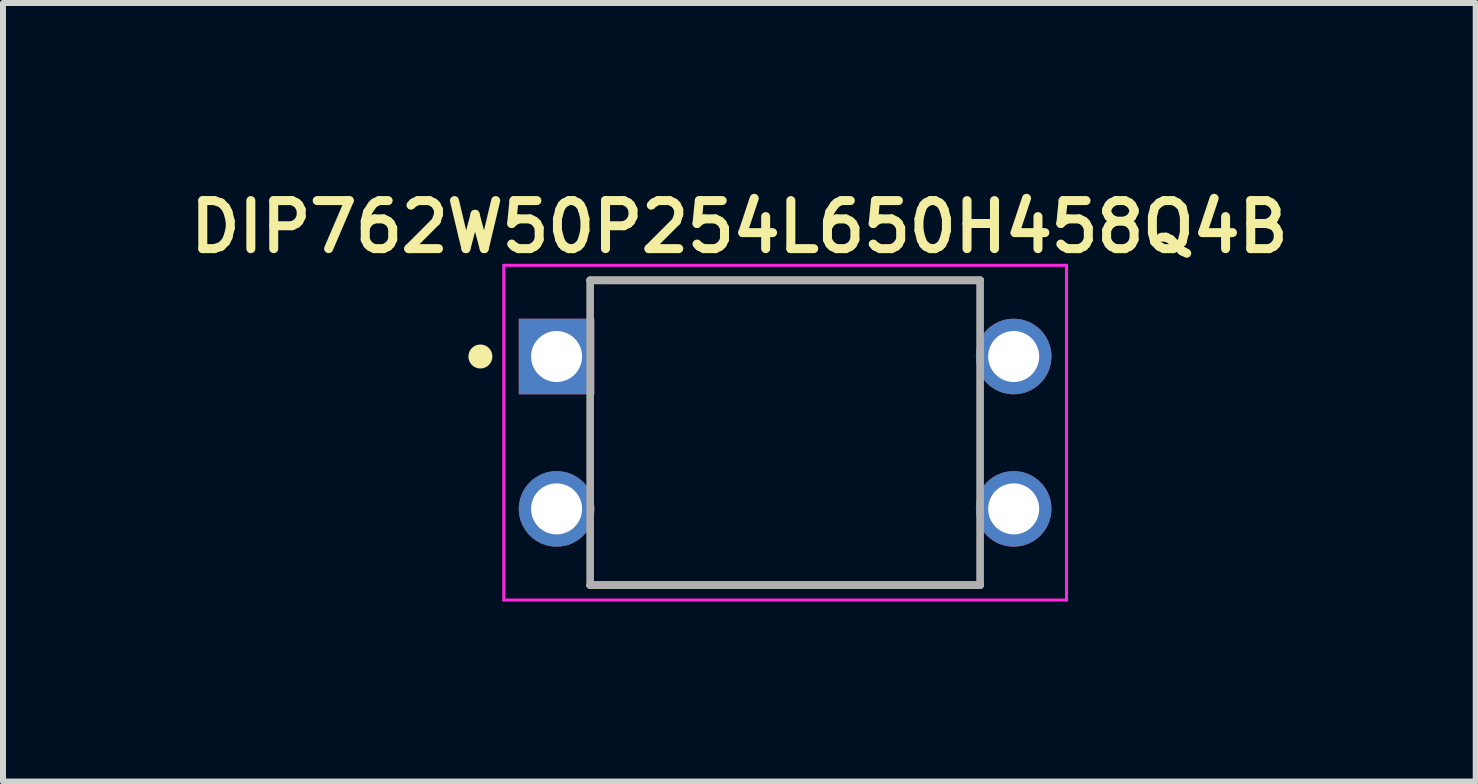
<source format=kicad_pcb>
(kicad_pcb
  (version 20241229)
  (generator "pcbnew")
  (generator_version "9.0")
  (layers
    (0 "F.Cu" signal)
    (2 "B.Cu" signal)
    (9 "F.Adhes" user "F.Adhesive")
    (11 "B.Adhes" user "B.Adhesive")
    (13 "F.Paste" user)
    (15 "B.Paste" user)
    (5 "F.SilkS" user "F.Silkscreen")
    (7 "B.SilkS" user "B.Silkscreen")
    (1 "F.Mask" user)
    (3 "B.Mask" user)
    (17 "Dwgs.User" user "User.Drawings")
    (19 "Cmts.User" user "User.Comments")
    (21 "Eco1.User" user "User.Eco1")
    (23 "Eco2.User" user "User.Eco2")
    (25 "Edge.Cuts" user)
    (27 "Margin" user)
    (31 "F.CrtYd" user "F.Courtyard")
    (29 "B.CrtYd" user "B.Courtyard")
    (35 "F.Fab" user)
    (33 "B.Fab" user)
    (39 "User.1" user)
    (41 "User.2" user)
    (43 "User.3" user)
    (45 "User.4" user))
  (footprint "DIP762W50P254L650H458Q4B"
    (layer "F.Cu")
    (at 10.038 4.163)
    (property "Reference" "DIP762W50P254L650H458Q4B" (at -0.763 -3.431 0) (layer "F.SilkS") (effects (font (size 0.801 0.801) (thickness 0.15))))
    (attr through_hole)
    (fp_line (start 3.25 -2.54) (end -3.25 -2.54) (stroke (width 0.127) (type solid)) (layer "F.SilkS"))
    (fp_line (start 3.25 2.54) (end -3.25 2.54) (stroke (width 0.127) (type solid)) (layer "F.SilkS"))
    (fp_circle (center -5.08 -1.27) (end -4.98 -1.27) (stroke (width 0.2) (type solid)) (fill no) (layer "F.SilkS"))
    (fp_line (start -4.69 -2.79) (end -4.69 2.79) (stroke (width 0.05) (type solid)) (layer "F.CrtYd"))
    (fp_line (start -4.69 2.79) (end 4.69 2.79) (stroke (width 0.05) (type solid)) (layer "F.CrtYd"))
    (fp_line (start 4.69 -2.79) (end -4.69 -2.79) (stroke (width 0.05) (type solid)) (layer "F.CrtYd"))
    (fp_line (start 4.69 2.79) (end 4.69 -2.79) (stroke (width 0.05) (type solid)) (layer "F.CrtYd"))
    (fp_line (start -3.25 -2.54) (end 3.25 -2.54) (stroke (width 0.127) (type solid)) (layer "F.Fab"))
    (fp_line (start -3.25 2.54) (end -3.25 -2.54) (stroke (width 0.127) (type solid)) (layer "F.Fab"))
    (fp_line (start 3.25 -2.54) (end 3.25 2.54) (stroke (width 0.127) (type solid)) (layer "F.Fab"))
    (fp_line (start 3.25 2.54) (end -3.25 2.54) (stroke (width 0.127) (type solid)) (layer "F.Fab"))
    (pad "1" thru_hole rect (at -3.81 -1.27) (size 1.26 1.26) (drill 0.85) (layers "*.Cu" "*.Mask"))
    (pad "2" thru_hole circle (at -3.81 1.27) (size 1.26 1.26) (drill 0.85) (layers "*.Cu" "*.Mask"))
    (pad "3" thru_hole circle (at 3.81 1.27) (size 1.26 1.26) (drill 0.85) (layers "*.Cu" "*.Mask"))
    (pad "4" thru_hole circle (at 3.81 -1.27) (size 1.26 1.26) (drill 0.85) (layers "*.Cu" "*.Mask")))
  (gr_rect
    (start -3 -3)
    (end 21.55 9.978)
    (stroke (width 0.1) (type default))
    (fill no)
    (layer "Edge.Cuts")))
</source>
